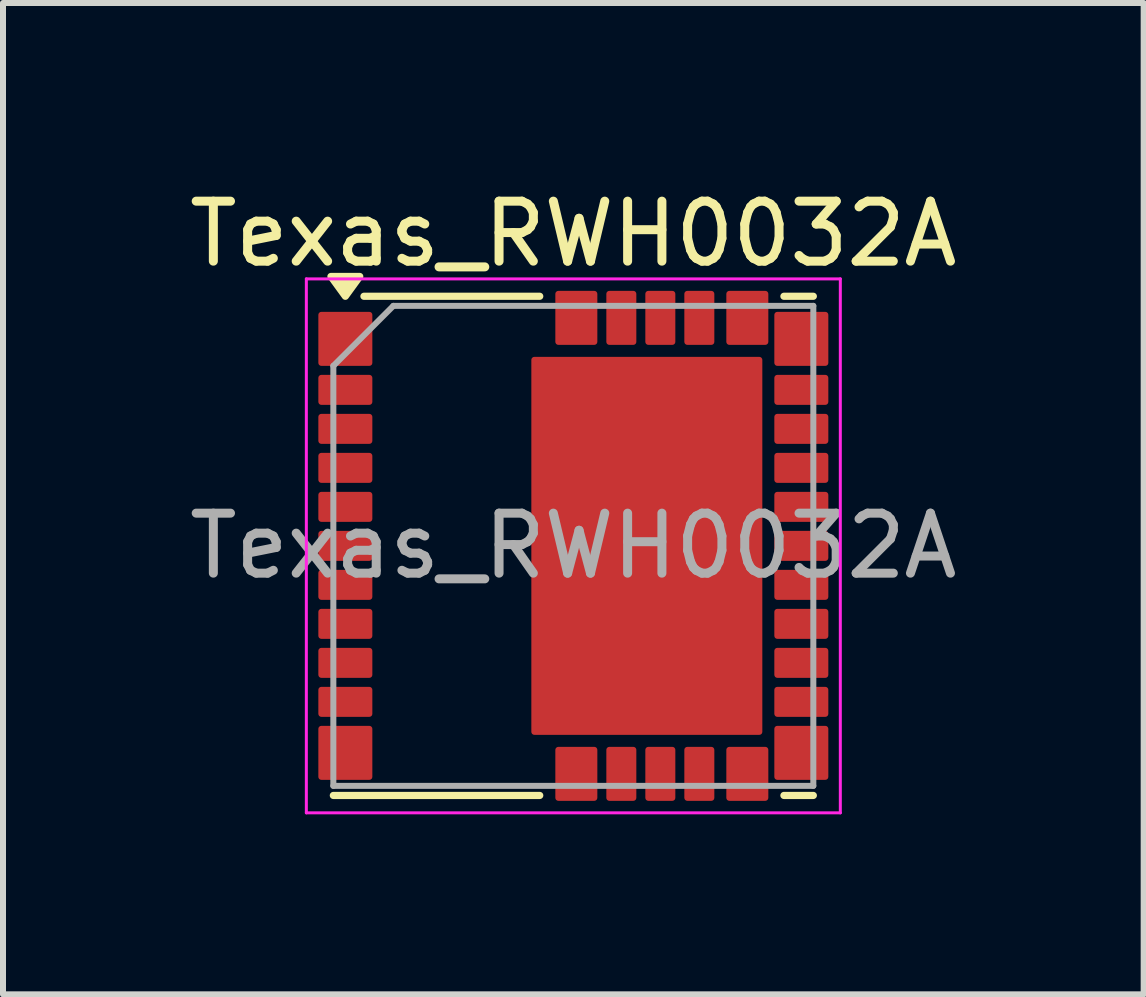
<source format=kicad_pcb>
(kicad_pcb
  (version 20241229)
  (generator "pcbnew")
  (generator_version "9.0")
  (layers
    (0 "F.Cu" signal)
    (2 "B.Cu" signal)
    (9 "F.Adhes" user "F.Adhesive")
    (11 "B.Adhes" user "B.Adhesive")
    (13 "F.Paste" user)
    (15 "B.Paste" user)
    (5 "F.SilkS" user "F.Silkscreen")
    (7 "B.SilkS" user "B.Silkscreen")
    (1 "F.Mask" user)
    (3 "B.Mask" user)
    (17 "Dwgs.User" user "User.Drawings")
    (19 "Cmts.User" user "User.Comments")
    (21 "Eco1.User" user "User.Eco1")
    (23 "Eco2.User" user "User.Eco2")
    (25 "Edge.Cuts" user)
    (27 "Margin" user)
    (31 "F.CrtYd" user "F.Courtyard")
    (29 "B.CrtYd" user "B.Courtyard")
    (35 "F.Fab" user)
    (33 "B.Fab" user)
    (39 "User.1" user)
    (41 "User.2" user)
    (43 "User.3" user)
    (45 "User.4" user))
  (footprint "Texas_RWH0032A"
    (layer "F.Cu")
    (at 6.506 6.048)
    (property "Reference" "Texas_RWH0032A" (at 0 -5.2 0) (layer "F.SilkS") (effects (font (size 1 1) (thickness 0.15))))
    (attr smd)
    (fp_line (start -3.49 -4.16) (end -0.56 -4.16) (stroke (width 0.12) (type solid)) (layer "F.SilkS"))
    (fp_line (start -0.56 4.16) (end -4 4.16) (stroke (width 0.12) (type solid)) (layer "F.SilkS"))
    (fp_line (start 3.51 -4.16) (end 4 -4.16) (stroke (width 0.12) (type solid)) (layer "F.SilkS"))
    (fp_line (start 4 4.16) (end 3.51 4.16) (stroke (width 0.12) (type solid)) (layer "F.SilkS"))
    (fp_poly (pts (xy -3.8 -4.16) (xy -4.04 -4.49) (xy -3.56 -4.49) (xy -3.8 -4.16)) (stroke (width 0.12) (type solid)) (fill yes) (layer "F.SilkS"))
    (fp_line (start -4.45 -4.45) (end 4.45 -4.45) (stroke (width 0.05) (type solid)) (layer "F.CrtYd"))
    (fp_line (start -4.45 4.45) (end -4.45 -4.45) (stroke (width 0.05) (type solid)) (layer "F.CrtYd"))
    (fp_line (start 4.45 -4.45) (end 4.45 4.45) (stroke (width 0.05) (type solid)) (layer "F.CrtYd"))
    (fp_line (start 4.45 4.45) (end -4.45 4.45) (stroke (width 0.05) (type solid)) (layer "F.CrtYd"))
    (fp_line (start -4 4) (end -4 -3) (stroke (width 0.1) (type solid)) (layer "F.Fab"))
    (fp_line (start -3 -4) (end -4 -3) (stroke (width 0.1) (type solid)) (layer "F.Fab"))
    (fp_line (start -3 -4) (end 4 -4) (stroke (width 0.1) (type solid)) (layer "F.Fab"))
    (fp_line (start 4 -4) (end 4 4) (stroke (width 0.1) (type solid)) (layer "F.Fab"))
    (fp_line (start 4 4) (end -4 4) (stroke (width 0.1) (type solid)) (layer "F.Fab"))
    (fp_text user "${REFERENCE}" (at 0 0 0) (layer "F.Fab") (effects (font (size 1 1) (thickness 0.15))))
    (pad "" smd roundrect (at -3.8 -2.6) (size 0.76 0.4) (layers "F.Paste") (roundrect_rratio 0.125))
    (pad "" smd roundrect (at -3.8 -1.95) (size 0.76 0.4) (layers "F.Paste") (roundrect_rratio 0.125))
    (pad "" smd roundrect (at -3.8 -1.3) (size 0.76 0.4) (layers "F.Paste") (roundrect_rratio 0.125))
    (pad "" smd roundrect (at -3.8 -0.65) (size 0.76 0.4) (layers "F.Paste") (roundrect_rratio 0.125))
    (pad "" smd roundrect (at -3.8 0) (size 0.76 0.4) (layers "F.Paste") (roundrect_rratio 0.125))
    (pad "" smd roundrect (at -3.8 0.65) (size 0.76 0.4) (layers "F.Paste") (roundrect_rratio 0.125))
    (pad "" smd roundrect (at -3.8 1.3) (size 0.76 0.4) (layers "F.Paste") (roundrect_rratio 0.125))
    (pad "" smd roundrect (at -3.8 1.95) (size 0.76 0.4) (layers "F.Paste") (roundrect_rratio 0.125))
    (pad "" smd roundrect (at -3.8 2.6) (size 0.76 0.4) (layers "F.Paste") (roundrect_rratio 0.125))
    (pad "" smd roundrect (at 0.05 -3.8) (size 0.6 0.76) (layers "F.Paste") (roundrect_rratio 0.084))
    (pad "" smd roundrect (at 0.05 3.8) (size 0.6 0.76) (layers "F.Paste") (roundrect_rratio 0.084))
    (pad "" smd roundrect (at 0.325 -2.38) (size 1.6 0.99) (layers "F.Paste") (roundrect_rratio 0.051))
    (pad "" smd roundrect (at 0.325 -1.19) (size 1.6 0.99) (layers "F.Paste") (roundrect_rratio 0.051))
    (pad "" smd roundrect (at 0.325 0) (size 1.6 0.99) (layers "F.Paste") (roundrect_rratio 0.051))
    (pad "" smd roundrect (at 0.325 1.19) (size 1.6 0.99) (layers "F.Paste") (roundrect_rratio 0.051))
    (pad "" smd roundrect (at 0.325 2.38) (size 1.6 0.99) (layers "F.Paste") (roundrect_rratio 0.051))
    (pad "" smd roundrect (at 0.8 -3.8) (size 0.4 0.76) (layers "F.Paste") (roundrect_rratio 0.125))
    (pad "" smd roundrect (at 0.8 3.8) (size 0.4 0.76) (layers "F.Paste") (roundrect_rratio 0.125))
    (pad "" smd roundrect (at 1.45 -3.8) (size 0.4 0.76) (layers "F.Paste") (roundrect_rratio 0.125))
    (pad "" smd roundrect (at 1.45 3.8) (size 0.4 0.76) (layers "F.Paste") (roundrect_rratio 0.125))
    (pad "" smd roundrect (at 2.1 -3.8) (size 0.4 0.76) (layers "F.Paste") (roundrect_rratio 0.125))
    (pad "" smd roundrect (at 2.1 3.8) (size 0.4 0.76) (layers "F.Paste") (roundrect_rratio 0.125))
    (pad "" smd roundrect (at 2.125 -2.38) (size 1.6 0.99) (layers "F.Paste") (roundrect_rratio 0.051))
    (pad "" smd roundrect (at 2.125 -1.19) (size 1.6 0.99) (layers "F.Paste") (roundrect_rratio 0.051))
    (pad "" smd roundrect (at 2.125 0) (size 1.6 0.99) (layers "F.Paste") (roundrect_rratio 0.051))
    (pad "" smd roundrect (at 2.125 1.19) (size 1.6 0.99) (layers "F.Paste") (roundrect_rratio 0.051))
    (pad "" smd roundrect (at 2.125 2.38) (size 1.6 0.99) (layers "F.Paste") (roundrect_rratio 0.051))
    (pad "" smd roundrect (at 2.9 -3.8) (size 0.6 0.76) (layers "F.Paste") (roundrect_rratio 0.084))
    (pad "" smd roundrect (at 2.9 3.8) (size 0.6 0.76) (layers "F.Paste") (roundrect_rratio 0.084))
    (pad "" smd roundrect (at 3.8 -2.6) (size 0.76 0.4) (layers "F.Paste") (roundrect_rratio 0.125))
    (pad "" smd roundrect (at 3.8 -1.95) (size 0.76 0.4) (layers "F.Paste") (roundrect_rratio 0.125))
    (pad "" smd roundrect (at 3.8 -1.3) (size 0.76 0.4) (layers "F.Paste") (roundrect_rratio 0.125))
    (pad "" smd roundrect (at 3.8 -0.65) (size 0.76 0.4) (layers "F.Paste") (roundrect_rratio 0.125))
    (pad "" smd roundrect (at 3.8 0) (size 0.76 0.4) (layers "F.Paste") (roundrect_rratio 0.125))
    (pad "" smd roundrect (at 3.8 0.65) (size 0.76 0.4) (layers "F.Paste") (roundrect_rratio 0.125))
    (pad "" smd roundrect (at 3.8 1.3) (size 0.76 0.4) (layers "F.Paste") (roundrect_rratio 0.125))
    (pad "" smd roundrect (at 3.8 1.95) (size 0.76 0.4) (layers "F.Paste") (roundrect_rratio 0.125))
    (pad "" smd roundrect (at 3.8 2.6) (size 0.76 0.4) (layers "F.Paste") (roundrect_rratio 0.125))
    (pad "1" smd roundrect (at -3.8 -3.45) (size 0.9 0.9) (layers "F.Cu" "F.Mask" "F.Paste") (roundrect_rratio 0.055))
    (pad "2" smd roundrect (at -3.8 -2.6) (size 0.9 0.5) (layers "F.Cu" "F.Mask") (roundrect_rratio 0.1))
    (pad "3" smd roundrect (at -3.8 -1.95) (size 0.9 0.5) (layers "F.Cu" "F.Mask") (roundrect_rratio 0.1))
    (pad "4" smd roundrect (at -3.8 -1.3) (size 0.9 0.5) (layers "F.Cu" "F.Mask") (roundrect_rratio 0.1))
    (pad "5" smd roundrect (at -3.8 -0.65) (size 0.9 0.5) (layers "F.Cu" "F.Mask") (roundrect_rratio 0.1))
    (pad "6" smd roundrect (at -3.8 0) (size 0.9 0.5) (layers "F.Cu" "F.Mask") (roundrect_rratio 0.1))
    (pad "7" smd roundrect (at -3.8 0.65) (size 0.9 0.5) (layers "F.Cu" "F.Mask") (roundrect_rratio 0.1))
    (pad "8" smd roundrect (at -3.8 1.3) (size 0.9 0.5) (layers "F.Cu" "F.Mask") (roundrect_rratio 0.1))
    (pad "9" smd roundrect (at -3.8 1.95) (size 0.9 0.5) (layers "F.Cu" "F.Mask") (roundrect_rratio 0.1))
    (pad "10" smd roundrect (at -3.8 2.6) (size 0.9 0.5) (layers "F.Cu" "F.Mask") (roundrect_rratio 0.1))
    (pad "11" smd roundrect (at -3.8 3.45) (size 0.9 0.9) (layers "F.Cu" "F.Mask" "F.Paste") (roundrect_rratio 0.055))
    (pad "12" smd roundrect (at 0.05 3.8) (size 0.7 0.9) (layers "F.Cu" "F.Mask") (roundrect_rratio 0.072))
    (pad "13" smd roundrect (at 0.8 3.8) (size 0.5 0.9) (layers "F.Cu" "F.Mask") (roundrect_rratio 0.1))
    (pad "14" smd roundrect (at 1.45 3.8) (size 0.5 0.9) (layers "F.Cu" "F.Mask") (roundrect_rratio 0.1))
    (pad "15" smd roundrect (at 2.1 3.8) (size 0.5 0.9) (layers "F.Cu" "F.Mask") (roundrect_rratio 0.1))
    (pad "16" smd roundrect (at 2.9 3.8) (size 0.7 0.9) (layers "F.Cu" "F.Mask") (roundrect_rratio 0.072))
    (pad "17" smd roundrect (at 3.8 3.45) (size 0.9 0.9) (layers "F.Cu" "F.Mask" "F.Paste") (roundrect_rratio 0.055))
    (pad "18" smd roundrect (at 3.8 2.6) (size 0.9 0.5) (layers "F.Cu" "F.Mask") (roundrect_rratio 0.1))
    (pad "19" smd roundrect (at 3.8 1.95) (size 0.9 0.5) (layers "F.Cu" "F.Mask") (roundrect_rratio 0.1))
    (pad "20" smd roundrect (at 3.8 1.3) (size 0.9 0.5) (layers "F.Cu" "F.Mask") (roundrect_rratio 0.1))
    (pad "21" smd roundrect (at 3.8 0.65) (size 0.9 0.5) (layers "F.Cu" "F.Mask") (roundrect_rratio 0.1))
    (pad "22" smd roundrect (at 3.8 0) (size 0.9 0.5) (layers "F.Cu" "F.Mask") (roundrect_rratio 0.1))
    (pad "23" smd roundrect (at 3.8 -0.65) (size 0.9 0.5) (layers "F.Cu" "F.Mask") (roundrect_rratio 0.1))
    (pad "24" smd roundrect (at 3.8 -1.3) (size 0.9 0.5) (layers "F.Cu" "F.Mask") (roundrect_rratio 0.1))
    (pad "25" smd roundrect (at 3.8 -1.95) (size 0.9 0.5) (layers "F.Cu" "F.Mask") (roundrect_rratio 0.1))
    (pad "26" smd roundrect (at 3.8 -2.6) (size 0.9 0.5) (layers "F.Cu" "F.Mask") (roundrect_rratio 0.1))
    (pad "27" smd roundrect (at 3.8 -3.45) (size 0.9 0.9) (layers "F.Cu" "F.Mask" "F.Paste") (roundrect_rratio 0.055))
    (pad "28" smd roundrect (at 2.9 -3.8) (size 0.7 0.9) (layers "F.Cu" "F.Mask") (roundrect_rratio 0.072))
    (pad "29" smd roundrect (at 2.1 -3.8) (size 0.5 0.9) (layers "F.Cu" "F.Mask") (roundrect_rratio 0.1))
    (pad "30" smd roundrect (at 1.45 -3.8) (size 0.5 0.9) (layers "F.Cu" "F.Mask") (roundrect_rratio 0.1))
    (pad "31" smd roundrect (at 0.8 -3.8) (size 0.5 0.9) (layers "F.Cu" "F.Mask") (roundrect_rratio 0.1))
    (pad "32" smd roundrect (at 0.05 -3.8) (size 0.7 0.9) (layers "F.Cu" "F.Mask") (roundrect_rratio 0.072))
    (pad "33" smd roundrect (at 1.225 0) (size 3.85 6.3) (layers "F.Cu" "F.Mask") (roundrect_rratio 0.013)))
  (gr_rect
    (start -3 -3)
    (end 16.012 13.523)
    (stroke (width 0.1) (type default))
    (fill no)
    (layer "Edge.Cuts")))
</source>
